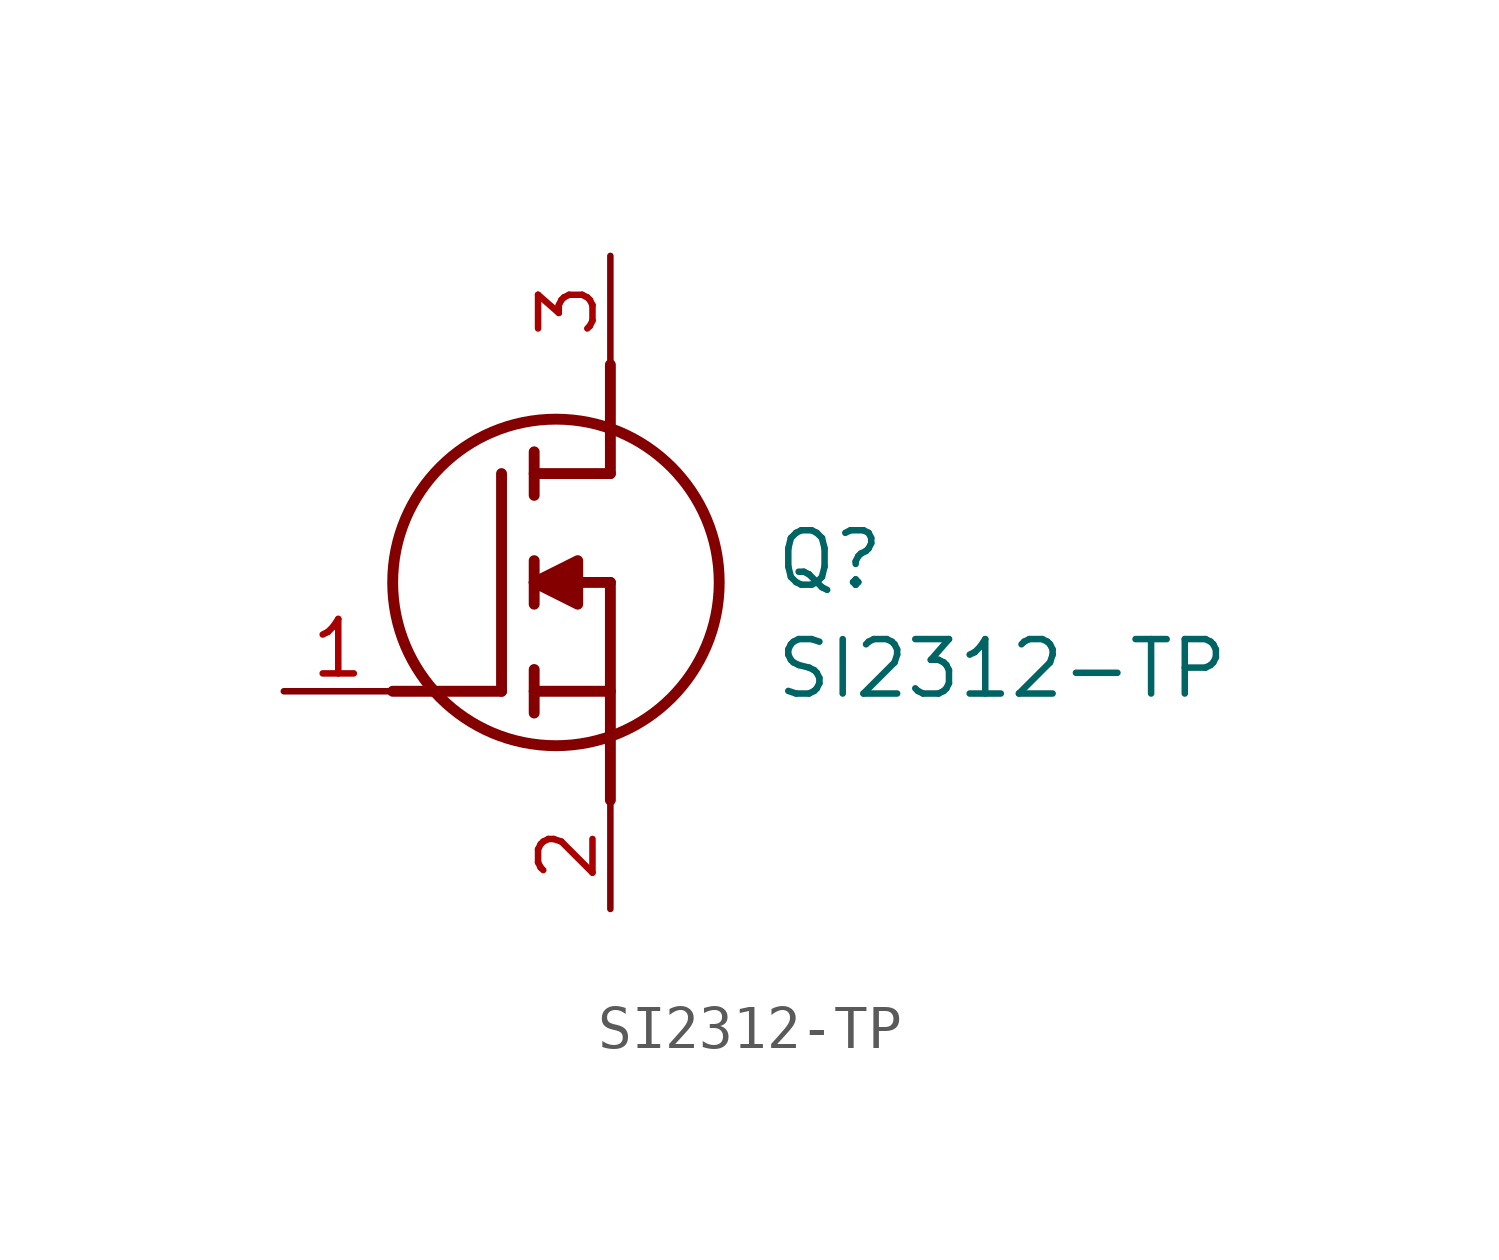
<source format=kicad_sym>
(kicad_symbol_lib
  (version 20211014)
  (generator SamacSys_ECAD_Model)
  (symbol "SI2312-TP"
    (pin_names hide)
    (property "Reference" "Q"
      (at 11.43 3.81 0)
      (effects (font (size 1.27 1.27)) (justify left top)))
    (property "Value" "SI2312-TP"
      (at 11.43 1.27 0)
      (effects (font (size 1.27 1.27)) (justify left top)))
    (polyline
      (pts (xy 7.62 2.54) (xy 7.62 -2.54))
      (stroke (width 0.254) (type default))
      (fill (type none)))
    (polyline
      (pts (xy 7.62 5.08) (xy 7.62 7.62))
      (stroke (width 0.254) (type default))
      (fill (type none)))
    (polyline
      (pts (xy 2.54 0) (xy 5.08 0))
      (stroke (width 0.254) (type default))
      (fill (type none)))
    (polyline
      (pts (xy 5.08 5.08) (xy 5.08 0))
      (stroke (width 0.254) (type default))
      (fill (type none)))
    (polyline
      (pts (xy 7.62 2.54) (xy 5.842 2.54))
      (stroke (width 0.254) (type default))
      (fill (type none)))
    (polyline
      (pts (xy 7.62 5.08) (xy 5.842 5.08))
      (stroke (width 0.254) (type default))
      (fill (type none)))
    (polyline
      (pts (xy 5.842 0) (xy 7.62 0))
      (stroke (width 0.254) (type default))
      (fill (type none)))
    (polyline
      (pts (xy 5.842 5.588) (xy 5.842 4.572))
      (stroke (width 0.254) (type default))
      (fill (type none)))
    (polyline
      (pts (xy 5.842 -0.508) (xy 5.842 0.508))
      (stroke (width 0.254) (type default))
      (fill (type none)))
    (polyline
      (pts (xy 5.842 2.032) (xy 5.842 3.048))
      (stroke (width 0.254) (type default))
      (fill (type none)))
    (circle
      (center 6.35 2.54)
      (radius 3.81)
      (stroke (width 0.254) (type default))
      (fill (type none)))
    (polyline
      (pts (xy 5.842 2.54) (xy 6.858 3.048) (xy 6.858 2.032) (xy 5.842 2.54))
      (stroke (width 0.254) (type default))
      (fill (type outline)))
    (pin passive line
      (at 0 0 0)
      (length 2.54)
      (name "G" (effects (font (size 1.27 1.27))))
      (number "1" (effects (font (size 1.27 1.27)))))
    (pin passive line
      (at 7.62 10.16 270)
      (length 2.54)
      (name "D" (effects (font (size 1.27 1.27))))
      (number "3" (effects (font (size 1.27 1.27)))))
    (pin passive line
      (at 7.62 -5.08 90)
      (length 2.54)
      (name "S" (effects (font (size 1.27 1.27))))
      (number "2" (effects (font (size 1.27 1.27)))))))
</source>
